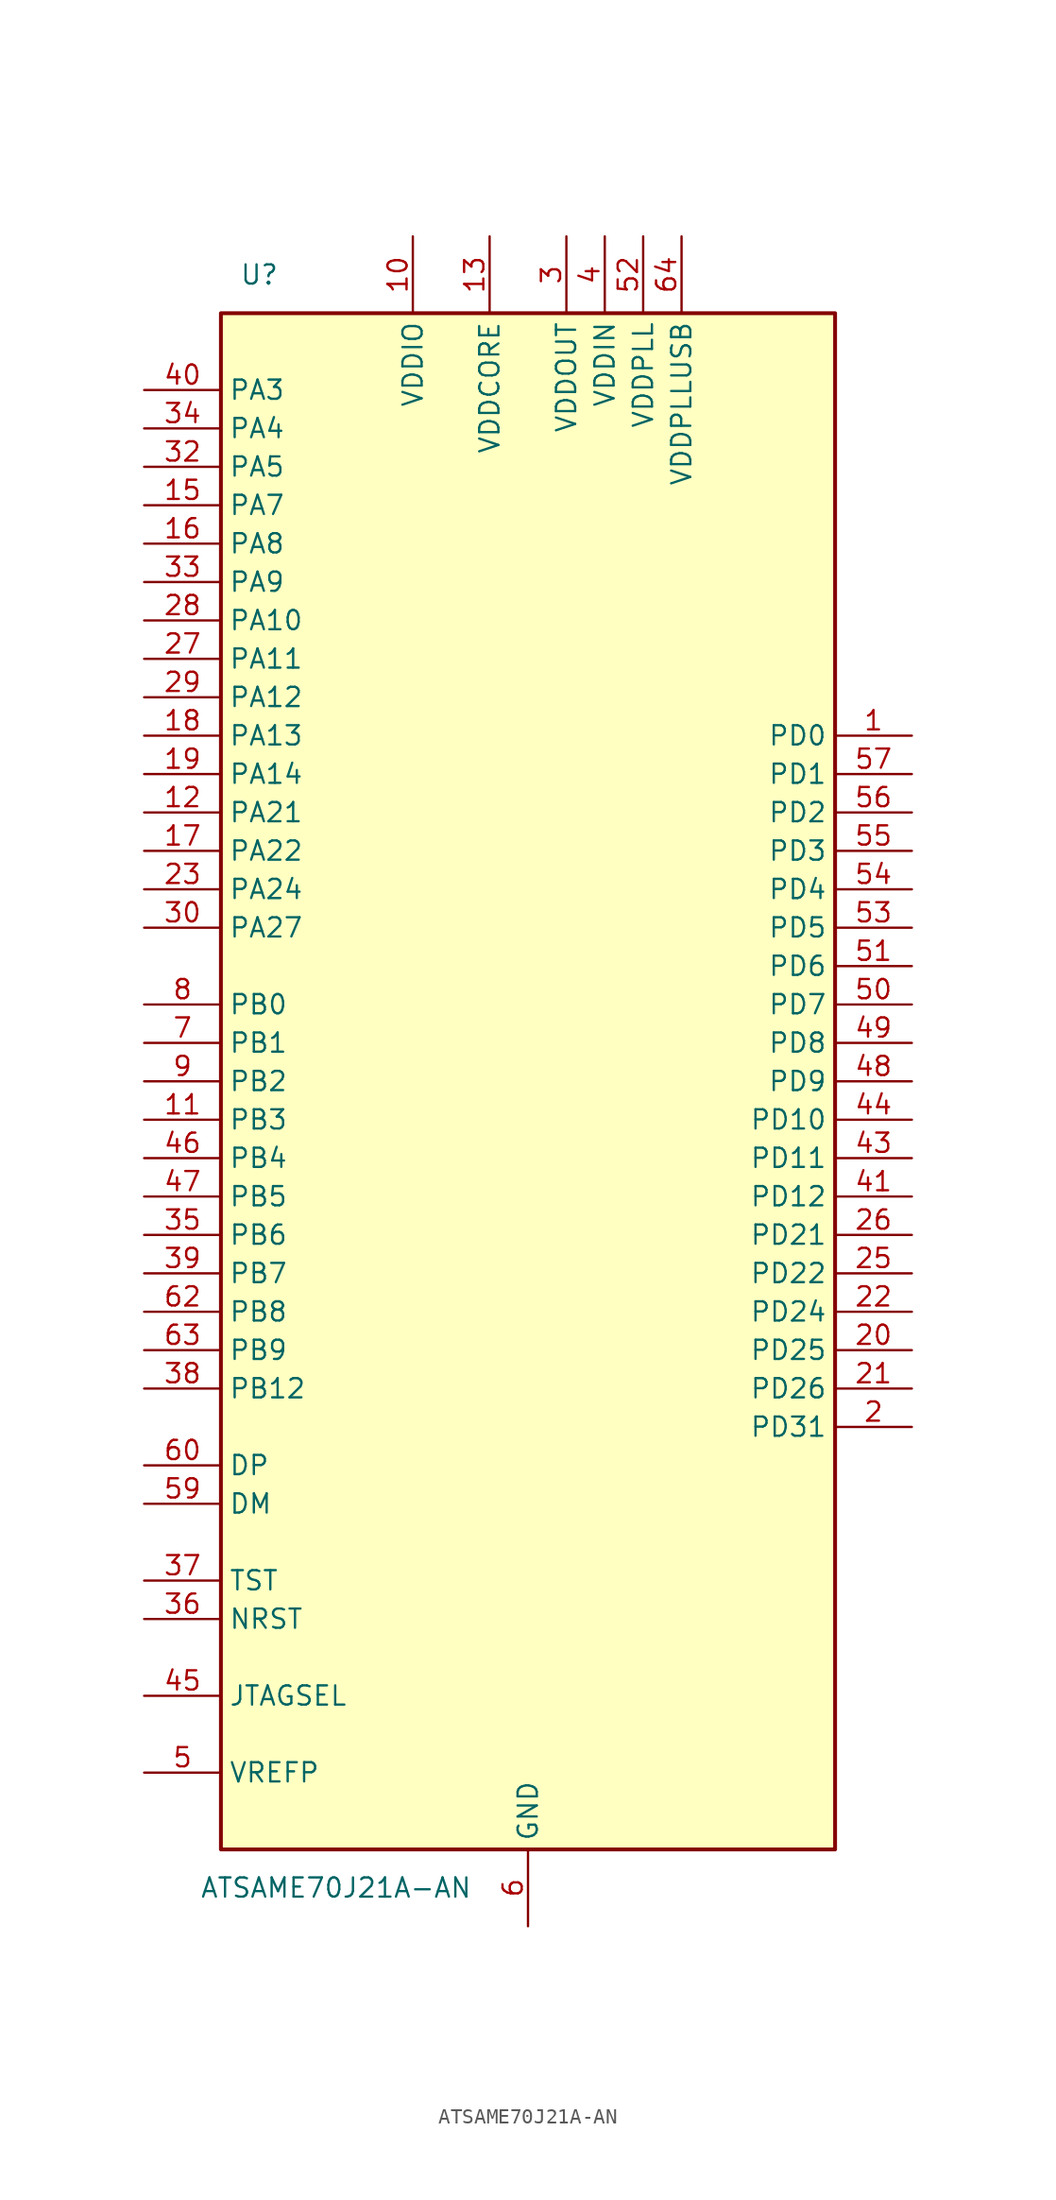
<source format=kicad_sym>
(kicad_symbol_lib
  (version 20201005)
  (generator kicad_symbol_editor)
  (symbol "MCU_Microchip_SAME:ATSAME70J21A-AN"
    (property "Reference" "U"
      (at -17.78 53.34 0)
      (effects (font (size 1.27 1.27))))
    (property "Value" "ATSAME70J21A-AN"
      (at -12.7 -53.34 0)
      (effects (font (size 1.27 1.27))))
    (symbol "ATSAME70J21A-AN_0_1"
      (rectangle (start -20.32 50.8) (end 20.32 -50.8) (stroke (width 0.254)) (fill (type background))))
    (symbol "ATSAME70J21A-AN_1_0"
      (pin power_in line (at 10.16 55.88 270) (length 5.08) (name "VDDPLLUSB" (effects (font (size 1.27 1.27)))) (number "64" (effects (font (size 1.27 1.27))))))
    (symbol "ATSAME70J21A-AN_1_1"
      (pin bidirectional line (at 25.4 22.86 180) (length 5.08) (name "PD0" (effects (font (size 1.27 1.27)))) (number "1" (effects (font (size 1.27 1.27)))))
      (pin power_in line (at -7.62 55.88 270) (length 5.08) (name "VDDIO" (effects (font (size 1.27 1.27)))) (number "10" (effects (font (size 1.27 1.27)))))
      (pin bidirectional line (at -25.4 -2.54 0) (length 5.08) (name "PB3" (effects (font (size 1.27 1.27)))) (number "11" (effects (font (size 1.27 1.27)))))
      (pin bidirectional line (at -25.4 17.78 0) (length 5.08) (name "PA21" (effects (font (size 1.27 1.27)))) (number "12" (effects (font (size 1.27 1.27)))))
      (pin power_in line (at -2.54 55.88 270) (length 5.08) (name "VDDCORE" (effects (font (size 1.27 1.27)))) (number "13" (effects (font (size 1.27 1.27)))))
      (pin passive line (at 0 -55.88 90) (length 5.08) hide (name "GND" (effects (font (size 1.27 1.27)))) (number "14" (effects (font (size 1.27 1.27)))))
      (pin bidirectional line (at -25.4 38.1 0) (length 5.08) (name "PA7" (effects (font (size 1.27 1.27)))) (number "15" (effects (font (size 1.27 1.27)))))
      (pin bidirectional line (at -25.4 35.56 0) (length 5.08) (name "PA8" (effects (font (size 1.27 1.27)))) (number "16" (effects (font (size 1.27 1.27)))))
      (pin bidirectional line (at -25.4 15.24 0) (length 5.08) (name "PA22" (effects (font (size 1.27 1.27)))) (number "17" (effects (font (size 1.27 1.27)))))
      (pin bidirectional line (at -25.4 22.86 0) (length 5.08) (name "PA13" (effects (font (size 1.27 1.27)))) (number "18" (effects (font (size 1.27 1.27)))))
      (pin bidirectional line (at -25.4 20.32 0) (length 5.08) (name "PA14" (effects (font (size 1.27 1.27)))) (number "19" (effects (font (size 1.27 1.27)))))
      (pin bidirectional line (at 25.4 -22.86 180) (length 5.08) (name "PD31" (effects (font (size 1.27 1.27)))) (number "2" (effects (font (size 1.27 1.27)))))
      (pin bidirectional line (at 25.4 -17.78 180) (length 5.08) (name "PD25" (effects (font (size 1.27 1.27)))) (number "20" (effects (font (size 1.27 1.27)))))
      (pin bidirectional line (at 25.4 -20.32 180) (length 5.08) (name "PD26" (effects (font (size 1.27 1.27)))) (number "21" (effects (font (size 1.27 1.27)))))
      (pin bidirectional line (at 25.4 -15.24 180) (length 5.08) (name "PD24" (effects (font (size 1.27 1.27)))) (number "22" (effects (font (size 1.27 1.27)))))
      (pin bidirectional line (at -25.4 12.7 0) (length 5.08) (name "PA24" (effects (font (size 1.27 1.27)))) (number "23" (effects (font (size 1.27 1.27)))))
      (pin passive line (at -2.54 55.88 270) (length 5.08) hide (name "VDDCORE" (effects (font (size 1.27 1.27)))) (number "24" (effects (font (size 1.27 1.27)))))
      (pin bidirectional line (at 25.4 -12.7 180) (length 5.08) (name "PD22" (effects (font (size 1.27 1.27)))) (number "25" (effects (font (size 1.27 1.27)))))
      (pin bidirectional line (at 25.4 -10.16 180) (length 5.08) (name "PD21" (effects (font (size 1.27 1.27)))) (number "26" (effects (font (size 1.27 1.27)))))
      (pin bidirectional line (at -25.4 27.94 0) (length 5.08) (name "PA11" (effects (font (size 1.27 1.27)))) (number "27" (effects (font (size 1.27 1.27)))))
      (pin bidirectional line (at -25.4 30.48 0) (length 5.08) (name "PA10" (effects (font (size 1.27 1.27)))) (number "28" (effects (font (size 1.27 1.27)))))
      (pin bidirectional line (at -25.4 25.4 0) (length 5.08) (name "PA12" (effects (font (size 1.27 1.27)))) (number "29" (effects (font (size 1.27 1.27)))))
      (pin power_in line (at 2.54 55.88 270) (length 5.08) (name "VDDOUT" (effects (font (size 1.27 1.27)))) (number "3" (effects (font (size 1.27 1.27)))))
      (pin bidirectional line (at -25.4 10.16 0) (length 5.08) (name "PA27" (effects (font (size 1.27 1.27)))) (number "30" (effects (font (size 1.27 1.27)))))
      (pin passive line (at 0 -55.88 90) (length 5.08) hide (name "GND" (effects (font (size 1.27 1.27)))) (number "31" (effects (font (size 1.27 1.27)))))
      (pin bidirectional line (at -25.4 40.64 0) (length 5.08) (name "PA5" (effects (font (size 1.27 1.27)))) (number "32" (effects (font (size 1.27 1.27)))))
      (pin bidirectional line (at -25.4 33.02 0) (length 5.08) (name "PA9" (effects (font (size 1.27 1.27)))) (number "33" (effects (font (size 1.27 1.27)))))
      (pin bidirectional line (at -25.4 43.18 0) (length 5.08) (name "PA4" (effects (font (size 1.27 1.27)))) (number "34" (effects (font (size 1.27 1.27)))))
      (pin bidirectional line (at -25.4 -10.16 0) (length 5.08) (name "PB6" (effects (font (size 1.27 1.27)))) (number "35" (effects (font (size 1.27 1.27)))))
      (pin bidirectional line (at -25.4 -35.56 0) (length 5.08) (name "NRST" (effects (font (size 1.27 1.27)))) (number "36" (effects (font (size 1.27 1.27)))))
      (pin input line (at -25.4 -33.02 0) (length 5.08) (name "TST" (effects (font (size 1.27 1.27)))) (number "37" (effects (font (size 1.27 1.27)))))
      (pin bidirectional line (at -25.4 -20.32 0) (length 5.08) (name "PB12" (effects (font (size 1.27 1.27)))) (number "38" (effects (font (size 1.27 1.27)))))
      (pin bidirectional line (at -25.4 -12.7 0) (length 5.08) (name "PB7" (effects (font (size 1.27 1.27)))) (number "39" (effects (font (size 1.27 1.27)))))
      (pin power_in line (at 5.08 55.88 270) (length 5.08) (name "VDDIN" (effects (font (size 1.27 1.27)))) (number "4" (effects (font (size 1.27 1.27)))))
      (pin bidirectional line (at -25.4 45.72 0) (length 5.08) (name "PA3" (effects (font (size 1.27 1.27)))) (number "40" (effects (font (size 1.27 1.27)))))
      (pin bidirectional line (at 25.4 -7.62 180) (length 5.08) (name "PD12" (effects (font (size 1.27 1.27)))) (number "41" (effects (font (size 1.27 1.27)))))
      (pin passive line (at -7.62 55.88 270) (length 5.08) hide (name "VDDIO" (effects (font (size 1.27 1.27)))) (number "42" (effects (font (size 1.27 1.27)))))
      (pin bidirectional line (at 25.4 -5.08 180) (length 5.08) (name "PD11" (effects (font (size 1.27 1.27)))) (number "43" (effects (font (size 1.27 1.27)))))
      (pin bidirectional line (at 25.4 -2.54 180) (length 5.08) (name "PD10" (effects (font (size 1.27 1.27)))) (number "44" (effects (font (size 1.27 1.27)))))
      (pin input line (at -25.4 -40.64 0) (length 5.08) (name "JTAGSEL" (effects (font (size 1.27 1.27)))) (number "45" (effects (font (size 1.27 1.27)))))
      (pin bidirectional line (at -25.4 -5.08 0) (length 5.08) (name "PB4" (effects (font (size 1.27 1.27)))) (number "46" (effects (font (size 1.27 1.27)))))
      (pin bidirectional line (at -25.4 -7.62 0) (length 5.08) (name "PB5" (effects (font (size 1.27 1.27)))) (number "47" (effects (font (size 1.27 1.27)))))
      (pin bidirectional line (at 25.4 0 180) (length 5.08) (name "PD9" (effects (font (size 1.27 1.27)))) (number "48" (effects (font (size 1.27 1.27)))))
      (pin bidirectional line (at 25.4 2.54 180) (length 5.08) (name "PD8" (effects (font (size 1.27 1.27)))) (number "49" (effects (font (size 1.27 1.27)))))
      (pin input line (at -25.4 -45.72 0) (length 5.08) (name "VREFP" (effects (font (size 1.27 1.27)))) (number "5" (effects (font (size 1.27 1.27)))))
      (pin bidirectional line (at 25.4 5.08 180) (length 5.08) (name "PD7" (effects (font (size 1.27 1.27)))) (number "50" (effects (font (size 1.27 1.27)))))
      (pin bidirectional line (at 25.4 7.62 180) (length 5.08) (name "PD6" (effects (font (size 1.27 1.27)))) (number "51" (effects (font (size 1.27 1.27)))))
      (pin power_in line (at 7.62 55.88 270) (length 5.08) (name "VDDPLL" (effects (font (size 1.27 1.27)))) (number "52" (effects (font (size 1.27 1.27)))))
      (pin bidirectional line (at 25.4 10.16 180) (length 5.08) (name "PD5" (effects (font (size 1.27 1.27)))) (number "53" (effects (font (size 1.27 1.27)))))
      (pin bidirectional line (at 25.4 12.7 180) (length 5.08) (name "PD4" (effects (font (size 1.27 1.27)))) (number "54" (effects (font (size 1.27 1.27)))))
      (pin bidirectional line (at 25.4 15.24 180) (length 5.08) (name "PD3" (effects (font (size 1.27 1.27)))) (number "55" (effects (font (size 1.27 1.27)))))
      (pin bidirectional line (at 25.4 17.78 180) (length 5.08) (name "PD2" (effects (font (size 1.27 1.27)))) (number "56" (effects (font (size 1.27 1.27)))))
      (pin bidirectional line (at 25.4 20.32 180) (length 5.08) (name "PD1" (effects (font (size 1.27 1.27)))) (number "57" (effects (font (size 1.27 1.27)))))
      (pin passive line (at -7.62 55.88 270) (length 5.08) hide (name "VDDIO" (effects (font (size 1.27 1.27)))) (number "58" (effects (font (size 1.27 1.27)))))
      (pin bidirectional line (at -25.4 -27.94 0) (length 5.08) (name "DM" (effects (font (size 1.27 1.27)))) (number "59" (effects (font (size 1.27 1.27)))))
      (pin power_in line (at 0 -55.88 90) (length 5.08) (name "GND" (effects (font (size 1.27 1.27)))) (number "6" (effects (font (size 1.27 1.27)))))
      (pin bidirectional line (at -25.4 -25.4 0) (length 5.08) (name "DP" (effects (font (size 1.27 1.27)))) (number "60" (effects (font (size 1.27 1.27)))))
      (pin passive line (at -2.54 55.88 270) (length 5.08) hide (name "VDDCORE" (effects (font (size 1.27 1.27)))) (number "61" (effects (font (size 1.27 1.27)))))
      (pin bidirectional line (at -25.4 -15.24 0) (length 5.08) (name "PB8" (effects (font (size 1.27 1.27)))) (number "62" (effects (font (size 1.27 1.27)))))
      (pin bidirectional line (at -25.4 -17.78 0) (length 5.08) (name "PB9" (effects (font (size 1.27 1.27)))) (number "63" (effects (font (size 1.27 1.27)))))
      (pin bidirectional line (at -25.4 2.54 0) (length 5.08) (name "PB1" (effects (font (size 1.27 1.27)))) (number "7" (effects (font (size 1.27 1.27)))))
      (pin bidirectional line (at -25.4 5.08 0) (length 5.08) (name "PB0" (effects (font (size 1.27 1.27)))) (number "8" (effects (font (size 1.27 1.27)))))
      (pin bidirectional line (at -25.4 0 0) (length 5.08) (name "PB2" (effects (font (size 1.27 1.27)))) (number "9" (effects (font (size 1.27 1.27))))))))
</source>
